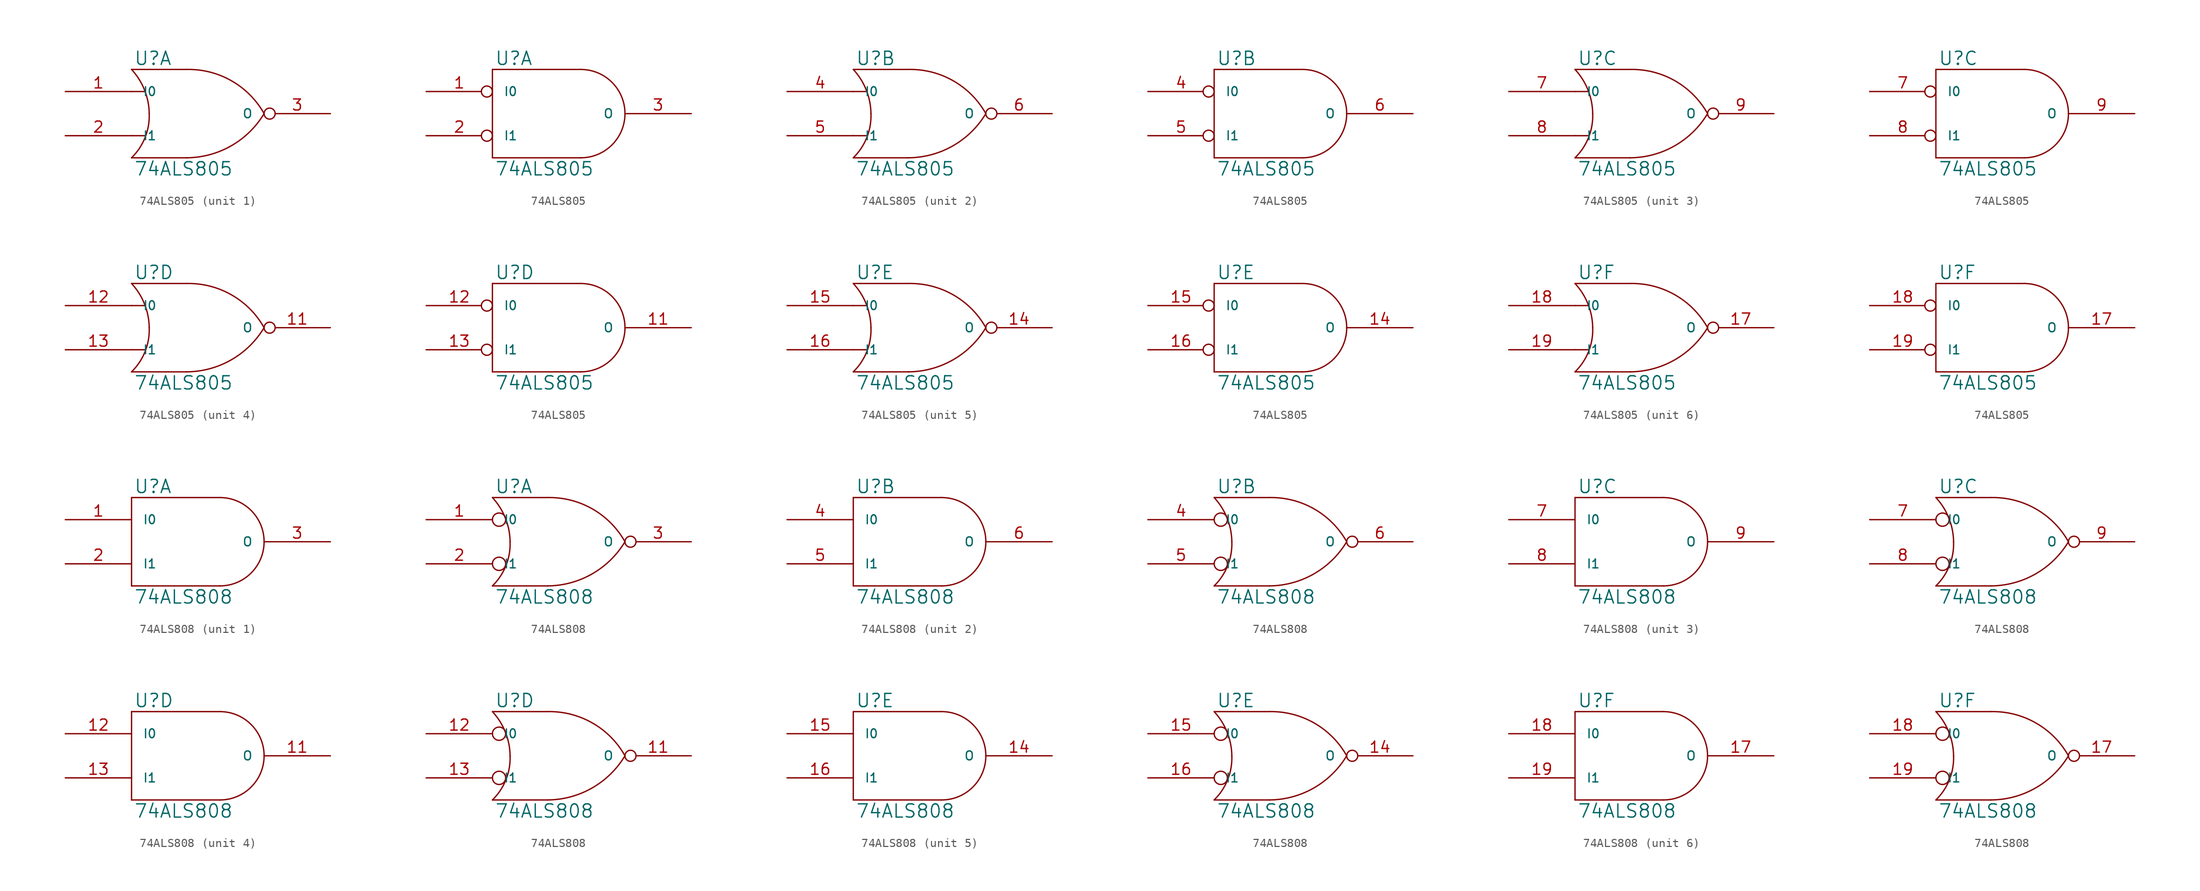
<source format=kicad_sym>
(kicad_symbol_lib
  (version 20231120)
  (generator "kicad_symbol_editor")
  (generator_version "8.0")
  (symbol "74ALS805"
    (pin_names
      (offset 1.27))
    (property "Reference" "U"
      (at 0.254 0.381 0)
      (effects (font (size 1.524 1.524)) (justify left bottom)))
    (property "Value" "74ALS805"
      (at 0.254 -10.541 0)
      (effects (font (size 1.524 1.524)) (justify left top)))
    (symbol "74ALS805_0_1"
      (arc (start 0 -10.16) (mid 1.5573 -7.8293) (end 2.032 -5.08) (stroke (width 0) (type solid)) (fill (type none)))
      (polyline (pts (xy 0 -7.62) (xy 1.524 -7.62)) (stroke (width 0) (type solid)) (fill (type none)))
      (polyline (pts (xy 0 -2.54) (xy 1.524 -2.54)) (stroke (width 0) (type solid)) (fill (type none)))
      (polyline (pts (xy 6.35 -10.16) (xy 0 -10.16)) (stroke (width 0) (type solid)) (fill (type none)))
      (polyline (pts (xy 6.35 0) (xy 0 0)) (stroke (width 0) (type solid)) (fill (type none)))
      (arc (start 2.032 -5.08) (mid 1.4906 -2.3584) (end 0 0) (stroke (width 0) (type solid)) (fill (type none)))
      (arc (start 6.35 -10.16) (mid 11.4496 -8.7875) (end 15.24 -5.08) (stroke (width 0) (type solid)) (fill (type none)))
      (arc (start 15.24 -5.08) (mid 11.4893 -1.3041) (end 6.35 0) (stroke (width 0) (type solid)) (fill (type none))))
    (symbol "74ALS805_0_2"
      (polyline (pts (xy 0 -10.16) (xy 10.16 -10.16)) (stroke (width 0) (type solid)) (fill (type none)))
      (polyline (pts (xy 0 0) (xy 0 -10.16)) (stroke (width 0) (type solid)) (fill (type none)))
      (polyline (pts (xy 10.16 0) (xy 0 0)) (stroke (width 0) (type solid)) (fill (type none)))
      (arc (start 10.16 -10.16) (mid 13.7521 -8.6721) (end 15.24 -5.08) (stroke (width 0) (type solid)) (fill (type none)))
      (arc (start 15.24 -5.08) (mid 13.7521 -1.4879) (end 10.16 0) (stroke (width 0) (type solid)) (fill (type none))))
    (symbol "74ALS805_1_1"
      (pin input line (at -7.62 -2.54 0) (length 7.62) (name "I0" (effects (font (size 1.016 1.016)))) (number "1" (effects (font (size 1.27 1.27)))))
      (pin power_in line (at 0 -10.16 90) (length 0) hide (name "GND" (effects (font (size 1.016 1.016)))) (number "10" (effects (font (size 1.27 1.27)))))
      (pin input line (at -7.62 -7.62 0) (length 7.62) (name "I1" (effects (font (size 1.016 1.016)))) (number "2" (effects (font (size 1.27 1.27)))))
      (pin power_in line (at 0 0 270) (length 0) hide (name "VCC" (effects (font (size 1.016 1.016)))) (number "20" (effects (font (size 1.27 1.27)))))
      (pin output inverted (at 22.86 -5.08 180) (length 7.62) (name "O" (effects (font (size 1.016 1.016)))) (number "3" (effects (font (size 1.27 1.27))))))
    (symbol "74ALS805_1_2"
      (pin input inverted (at -7.62 -2.54 0) (length 7.62) (name "I0" (effects (font (size 1.016 1.016)))) (number "1" (effects (font (size 1.27 1.27)))))
      (pin power_in line (at 0 -10.16 90) (length 0) hide (name "GND" (effects (font (size 1.016 1.016)))) (number "10" (effects (font (size 1.27 1.27)))))
      (pin input inverted (at -7.62 -7.62 0) (length 7.62) (name "I1" (effects (font (size 1.016 1.016)))) (number "2" (effects (font (size 1.27 1.27)))))
      (pin power_in line (at 0 0 270) (length 0) hide (name "VCC" (effects (font (size 1.016 1.016)))) (number "20" (effects (font (size 1.27 1.27)))))
      (pin output line (at 22.86 -5.08 180) (length 7.62) (name "O" (effects (font (size 1.016 1.016)))) (number "3" (effects (font (size 1.27 1.27))))))
    (symbol "74ALS805_2_1"
      (pin power_in line (at 0 -10.16 90) (length 0) hide (name "GND" (effects (font (size 1.016 1.016)))) (number "10" (effects (font (size 1.27 1.27)))))
      (pin power_in line (at 0 0 270) (length 0) hide (name "VCC" (effects (font (size 1.016 1.016)))) (number "20" (effects (font (size 1.27 1.27)))))
      (pin input line (at -7.62 -2.54 0) (length 7.62) (name "I0" (effects (font (size 1.016 1.016)))) (number "4" (effects (font (size 1.27 1.27)))))
      (pin input line (at -7.62 -7.62 0) (length 7.62) (name "I1" (effects (font (size 1.016 1.016)))) (number "5" (effects (font (size 1.27 1.27)))))
      (pin output inverted (at 22.86 -5.08 180) (length 7.62) (name "O" (effects (font (size 1.016 1.016)))) (number "6" (effects (font (size 1.27 1.27))))))
    (symbol "74ALS805_2_2"
      (pin power_in line (at 0 -10.16 90) (length 0) hide (name "GND" (effects (font (size 1.016 1.016)))) (number "10" (effects (font (size 1.27 1.27)))))
      (pin power_in line (at 0 0 270) (length 0) hide (name "VCC" (effects (font (size 1.016 1.016)))) (number "20" (effects (font (size 1.27 1.27)))))
      (pin input inverted (at -7.62 -2.54 0) (length 7.62) (name "I0" (effects (font (size 1.016 1.016)))) (number "4" (effects (font (size 1.27 1.27)))))
      (pin input inverted (at -7.62 -7.62 0) (length 7.62) (name "I1" (effects (font (size 1.016 1.016)))) (number "5" (effects (font (size 1.27 1.27)))))
      (pin output line (at 22.86 -5.08 180) (length 7.62) (name "O" (effects (font (size 1.016 1.016)))) (number "6" (effects (font (size 1.27 1.27))))))
    (symbol "74ALS805_3_1"
      (pin power_in line (at 0 -10.16 90) (length 0) hide (name "GND" (effects (font (size 1.016 1.016)))) (number "10" (effects (font (size 1.27 1.27)))))
      (pin power_in line (at 0 0 270) (length 0) hide (name "VCC" (effects (font (size 1.016 1.016)))) (number "20" (effects (font (size 1.27 1.27)))))
      (pin input line (at -7.62 -2.54 0) (length 7.62) (name "I0" (effects (font (size 1.016 1.016)))) (number "7" (effects (font (size 1.27 1.27)))))
      (pin input line (at -7.62 -7.62 0) (length 7.62) (name "I1" (effects (font (size 1.016 1.016)))) (number "8" (effects (font (size 1.27 1.27)))))
      (pin output inverted (at 22.86 -5.08 180) (length 7.62) (name "O" (effects (font (size 1.016 1.016)))) (number "9" (effects (font (size 1.27 1.27))))))
    (symbol "74ALS805_3_2"
      (pin power_in line (at 0 -10.16 90) (length 0) hide (name "GND" (effects (font (size 1.016 1.016)))) (number "10" (effects (font (size 1.27 1.27)))))
      (pin power_in line (at 0 0 270) (length 0) hide (name "VCC" (effects (font (size 1.016 1.016)))) (number "20" (effects (font (size 1.27 1.27)))))
      (pin input inverted (at -7.62 -2.54 0) (length 7.62) (name "I0" (effects (font (size 1.016 1.016)))) (number "7" (effects (font (size 1.27 1.27)))))
      (pin input inverted (at -7.62 -7.62 0) (length 7.62) (name "I1" (effects (font (size 1.016 1.016)))) (number "8" (effects (font (size 1.27 1.27)))))
      (pin output line (at 22.86 -5.08 180) (length 7.62) (name "O" (effects (font (size 1.016 1.016)))) (number "9" (effects (font (size 1.27 1.27))))))
    (symbol "74ALS805_4_1"
      (pin power_in line (at 0 -10.16 90) (length 0) hide (name "GND" (effects (font (size 1.016 1.016)))) (number "10" (effects (font (size 1.27 1.27)))))
      (pin output inverted (at 22.86 -5.08 180) (length 7.62) (name "O" (effects (font (size 1.016 1.016)))) (number "11" (effects (font (size 1.27 1.27)))))
      (pin input line (at -7.62 -2.54 0) (length 7.62) (name "I0" (effects (font (size 1.016 1.016)))) (number "12" (effects (font (size 1.27 1.27)))))
      (pin input line (at -7.62 -7.62 0) (length 7.62) (name "I1" (effects (font (size 1.016 1.016)))) (number "13" (effects (font (size 1.27 1.27)))))
      (pin power_in line (at 0 0 270) (length 0) hide (name "VCC" (effects (font (size 1.016 1.016)))) (number "20" (effects (font (size 1.27 1.27))))))
    (symbol "74ALS805_4_2"
      (pin power_in line (at 0 -10.16 90) (length 0) hide (name "GND" (effects (font (size 1.016 1.016)))) (number "10" (effects (font (size 1.27 1.27)))))
      (pin output line (at 22.86 -5.08 180) (length 7.62) (name "O" (effects (font (size 1.016 1.016)))) (number "11" (effects (font (size 1.27 1.27)))))
      (pin input inverted (at -7.62 -2.54 0) (length 7.62) (name "I0" (effects (font (size 1.016 1.016)))) (number "12" (effects (font (size 1.27 1.27)))))
      (pin input inverted (at -7.62 -7.62 0) (length 7.62) (name "I1" (effects (font (size 1.016 1.016)))) (number "13" (effects (font (size 1.27 1.27)))))
      (pin power_in line (at 0 0 270) (length 0) hide (name "VCC" (effects (font (size 1.016 1.016)))) (number "20" (effects (font (size 1.27 1.27))))))
    (symbol "74ALS805_5_1"
      (pin power_in line (at 0 -10.16 90) (length 0) hide (name "GND" (effects (font (size 1.016 1.016)))) (number "10" (effects (font (size 1.27 1.27)))))
      (pin output inverted (at 22.86 -5.08 180) (length 7.62) (name "O" (effects (font (size 1.016 1.016)))) (number "14" (effects (font (size 1.27 1.27)))))
      (pin input line (at -7.62 -2.54 0) (length 7.62) (name "I0" (effects (font (size 1.016 1.016)))) (number "15" (effects (font (size 1.27 1.27)))))
      (pin input line (at -7.62 -7.62 0) (length 7.62) (name "I1" (effects (font (size 1.016 1.016)))) (number "16" (effects (font (size 1.27 1.27)))))
      (pin power_in line (at 0 0 270) (length 0) hide (name "VCC" (effects (font (size 1.016 1.016)))) (number "20" (effects (font (size 1.27 1.27))))))
    (symbol "74ALS805_5_2"
      (pin power_in line (at 0 -10.16 90) (length 0) hide (name "GND" (effects (font (size 1.016 1.016)))) (number "10" (effects (font (size 1.27 1.27)))))
      (pin output line (at 22.86 -5.08 180) (length 7.62) (name "O" (effects (font (size 1.016 1.016)))) (number "14" (effects (font (size 1.27 1.27)))))
      (pin input inverted (at -7.62 -2.54 0) (length 7.62) (name "I0" (effects (font (size 1.016 1.016)))) (number "15" (effects (font (size 1.27 1.27)))))
      (pin input inverted (at -7.62 -7.62 0) (length 7.62) (name "I1" (effects (font (size 1.016 1.016)))) (number "16" (effects (font (size 1.27 1.27)))))
      (pin power_in line (at 0 0 270) (length 0) hide (name "VCC" (effects (font (size 1.016 1.016)))) (number "20" (effects (font (size 1.27 1.27))))))
    (symbol "74ALS805_6_1"
      (pin power_in line (at 0 -10.16 90) (length 0) hide (name "GND" (effects (font (size 1.016 1.016)))) (number "10" (effects (font (size 1.27 1.27)))))
      (pin output inverted (at 22.86 -5.08 180) (length 7.62) (name "O" (effects (font (size 1.016 1.016)))) (number "17" (effects (font (size 1.27 1.27)))))
      (pin input line (at -7.62 -2.54 0) (length 7.62) (name "I0" (effects (font (size 1.016 1.016)))) (number "18" (effects (font (size 1.27 1.27)))))
      (pin input line (at -7.62 -7.62 0) (length 7.62) (name "I1" (effects (font (size 1.016 1.016)))) (number "19" (effects (font (size 1.27 1.27)))))
      (pin power_in line (at 0 0 270) (length 0) hide (name "VCC" (effects (font (size 1.016 1.016)))) (number "20" (effects (font (size 1.27 1.27))))))
    (symbol "74ALS805_6_2"
      (pin power_in line (at 0 -10.16 90) (length 0) hide (name "GND" (effects (font (size 1.016 1.016)))) (number "10" (effects (font (size 1.27 1.27)))))
      (pin output line (at 22.86 -5.08 180) (length 7.62) (name "O" (effects (font (size 1.016 1.016)))) (number "17" (effects (font (size 1.27 1.27)))))
      (pin input inverted (at -7.62 -2.54 0) (length 7.62) (name "I0" (effects (font (size 1.016 1.016)))) (number "18" (effects (font (size 1.27 1.27)))))
      (pin input inverted (at -7.62 -7.62 0) (length 7.62) (name "I1" (effects (font (size 1.016 1.016)))) (number "19" (effects (font (size 1.27 1.27)))))
      (pin power_in line (at 0 0 270) (length 0) hide (name "VCC" (effects (font (size 1.016 1.016)))) (number "20" (effects (font (size 1.27 1.27)))))))
  (symbol "74ALS808"
    (pin_names
      (offset 1.27))
    (property "Reference" "U"
      (at 0.254 0.381 0)
      (effects (font (size 1.524 1.524)) (justify left bottom)))
    (property "Value" "74ALS808"
      (at 0.254 -10.541 0)
      (effects (font (size 1.524 1.524)) (justify left top)))
    (symbol "74ALS808_0_1"
      (polyline (pts (xy 0 -10.16) (xy 10.16 -10.16)) (stroke (width 0) (type solid)) (fill (type none)))
      (polyline (pts (xy 0 0) (xy 0 -10.16)) (stroke (width 0) (type solid)) (fill (type none)))
      (polyline (pts (xy 10.16 0) (xy 0 0)) (stroke (width 0) (type solid)) (fill (type none)))
      (arc (start 10.16 -10.16) (mid 13.7521 -8.6721) (end 15.24 -5.08) (stroke (width 0) (type solid)) (fill (type none)))
      (arc (start 15.24 -5.08) (mid 13.7521 -1.4879) (end 10.16 0) (stroke (width 0) (type solid)) (fill (type none))))
    (symbol "74ALS808_0_2"
      (arc (start 0 -10.16) (mid 1.5573 -7.8293) (end 2.032 -5.08) (stroke (width 0) (type solid)) (fill (type none)))
      (polyline (pts (xy 6.35 -10.16) (xy 0 -10.16)) (stroke (width 0) (type solid)) (fill (type none)))
      (polyline (pts (xy 6.35 0) (xy 0 0)) (stroke (width 0) (type solid)) (fill (type none)))
      (circle (center 0.762 -7.62) (radius 0.762) (stroke (width 0) (type solid)) (fill (type none)))
      (circle (center 0.762 -2.54) (radius 0.762) (stroke (width 0) (type solid)) (fill (type none)))
      (arc (start 2.032 -5.08) (mid 1.4906 -2.3584) (end 0 0) (stroke (width 0) (type solid)) (fill (type none)))
      (arc (start 6.35 -10.16) (mid 11.4496 -8.7875) (end 15.24 -5.08) (stroke (width 0) (type solid)) (fill (type none)))
      (arc (start 15.24 -5.08) (mid 11.4893 -1.3041) (end 6.35 0) (stroke (width 0) (type solid)) (fill (type none))))
    (symbol "74ALS808_1_1"
      (pin input line (at -7.62 -2.54 0) (length 7.62) (name "I0" (effects (font (size 1.016 1.016)))) (number "1" (effects (font (size 1.27 1.27)))))
      (pin power_in line (at 0 -10.16 90) (length 0) hide (name "GND" (effects (font (size 1.016 1.016)))) (number "10" (effects (font (size 1.27 1.27)))))
      (pin input line (at -7.62 -7.62 0) (length 7.62) (name "I1" (effects (font (size 1.016 1.016)))) (number "2" (effects (font (size 1.27 1.27)))))
      (pin power_in line (at 0 0 270) (length 0) hide (name "VCC" (effects (font (size 1.016 1.016)))) (number "20" (effects (font (size 1.27 1.27)))))
      (pin output line (at 22.86 -5.08 180) (length 7.62) (name "O" (effects (font (size 1.016 1.016)))) (number "3" (effects (font (size 1.27 1.27))))))
    (symbol "74ALS808_1_2"
      (pin input line (at -7.62 -2.54 0) (length 7.62) (name "I0" (effects (font (size 1.016 1.016)))) (number "1" (effects (font (size 1.27 1.27)))))
      (pin power_in line (at 0 -10.16 90) (length 0) hide (name "GND" (effects (font (size 1.016 1.016)))) (number "10" (effects (font (size 1.27 1.27)))))
      (pin input line (at -7.62 -7.62 0) (length 7.62) (name "I1" (effects (font (size 1.016 1.016)))) (number "2" (effects (font (size 1.27 1.27)))))
      (pin power_in line (at 0 0 270) (length 0) hide (name "VCC" (effects (font (size 1.016 1.016)))) (number "20" (effects (font (size 1.27 1.27)))))
      (pin output inverted (at 22.86 -5.08 180) (length 7.62) (name "O" (effects (font (size 1.016 1.016)))) (number "3" (effects (font (size 1.27 1.27))))))
    (symbol "74ALS808_2_1"
      (pin power_in line (at 0 -10.16 90) (length 0) hide (name "GND" (effects (font (size 1.016 1.016)))) (number "10" (effects (font (size 1.27 1.27)))))
      (pin power_in line (at 0 0 270) (length 0) hide (name "VCC" (effects (font (size 1.016 1.016)))) (number "20" (effects (font (size 1.27 1.27)))))
      (pin input line (at -7.62 -2.54 0) (length 7.62) (name "I0" (effects (font (size 1.016 1.016)))) (number "4" (effects (font (size 1.27 1.27)))))
      (pin input line (at -7.62 -7.62 0) (length 7.62) (name "I1" (effects (font (size 1.016 1.016)))) (number "5" (effects (font (size 1.27 1.27)))))
      (pin output line (at 22.86 -5.08 180) (length 7.62) (name "O" (effects (font (size 1.016 1.016)))) (number "6" (effects (font (size 1.27 1.27))))))
    (symbol "74ALS808_2_2"
      (pin power_in line (at 0 -10.16 90) (length 0) hide (name "GND" (effects (font (size 1.016 1.016)))) (number "10" (effects (font (size 1.27 1.27)))))
      (pin power_in line (at 0 0 270) (length 0) hide (name "VCC" (effects (font (size 1.016 1.016)))) (number "20" (effects (font (size 1.27 1.27)))))
      (pin input line (at -7.62 -2.54 0) (length 7.62) (name "I0" (effects (font (size 1.016 1.016)))) (number "4" (effects (font (size 1.27 1.27)))))
      (pin input line (at -7.62 -7.62 0) (length 7.62) (name "I1" (effects (font (size 1.016 1.016)))) (number "5" (effects (font (size 1.27 1.27)))))
      (pin output inverted (at 22.86 -5.08 180) (length 7.62) (name "O" (effects (font (size 1.016 1.016)))) (number "6" (effects (font (size 1.27 1.27))))))
    (symbol "74ALS808_3_1"
      (pin power_in line (at 0 -10.16 90) (length 0) hide (name "GND" (effects (font (size 1.016 1.016)))) (number "10" (effects (font (size 1.27 1.27)))))
      (pin power_in line (at 0 0 270) (length 0) hide (name "VCC" (effects (font (size 1.016 1.016)))) (number "20" (effects (font (size 1.27 1.27)))))
      (pin input line (at -7.62 -2.54 0) (length 7.62) (name "I0" (effects (font (size 1.016 1.016)))) (number "7" (effects (font (size 1.27 1.27)))))
      (pin input line (at -7.62 -7.62 0) (length 7.62) (name "I1" (effects (font (size 1.016 1.016)))) (number "8" (effects (font (size 1.27 1.27)))))
      (pin output line (at 22.86 -5.08 180) (length 7.62) (name "O" (effects (font (size 1.016 1.016)))) (number "9" (effects (font (size 1.27 1.27))))))
    (symbol "74ALS808_3_2"
      (pin power_in line (at 0 -10.16 90) (length 0) hide (name "GND" (effects (font (size 1.016 1.016)))) (number "10" (effects (font (size 1.27 1.27)))))
      (pin power_in line (at 0 0 270) (length 0) hide (name "VCC" (effects (font (size 1.016 1.016)))) (number "20" (effects (font (size 1.27 1.27)))))
      (pin input line (at -7.62 -2.54 0) (length 7.62) (name "I0" (effects (font (size 1.016 1.016)))) (number "7" (effects (font (size 1.27 1.27)))))
      (pin input line (at -7.62 -7.62 0) (length 7.62) (name "I1" (effects (font (size 1.016 1.016)))) (number "8" (effects (font (size 1.27 1.27)))))
      (pin output inverted (at 22.86 -5.08 180) (length 7.62) (name "O" (effects (font (size 1.016 1.016)))) (number "9" (effects (font (size 1.27 1.27))))))
    (symbol "74ALS808_4_1"
      (pin power_in line (at 0 -10.16 90) (length 0) hide (name "GND" (effects (font (size 1.016 1.016)))) (number "10" (effects (font (size 1.27 1.27)))))
      (pin output line (at 22.86 -5.08 180) (length 7.62) (name "O" (effects (font (size 1.016 1.016)))) (number "11" (effects (font (size 1.27 1.27)))))
      (pin input line (at -7.62 -2.54 0) (length 7.62) (name "I0" (effects (font (size 1.016 1.016)))) (number "12" (effects (font (size 1.27 1.27)))))
      (pin input line (at -7.62 -7.62 0) (length 7.62) (name "I1" (effects (font (size 1.016 1.016)))) (number "13" (effects (font (size 1.27 1.27)))))
      (pin power_in line (at 0 0 270) (length 0) hide (name "VCC" (effects (font (size 1.016 1.016)))) (number "20" (effects (font (size 1.27 1.27))))))
    (symbol "74ALS808_4_2"
      (pin power_in line (at 0 -10.16 90) (length 0) hide (name "GND" (effects (font (size 1.016 1.016)))) (number "10" (effects (font (size 1.27 1.27)))))
      (pin output inverted (at 22.86 -5.08 180) (length 7.62) (name "O" (effects (font (size 1.016 1.016)))) (number "11" (effects (font (size 1.27 1.27)))))
      (pin input line (at -7.62 -2.54 0) (length 7.62) (name "I0" (effects (font (size 1.016 1.016)))) (number "12" (effects (font (size 1.27 1.27)))))
      (pin input line (at -7.62 -7.62 0) (length 7.62) (name "I1" (effects (font (size 1.016 1.016)))) (number "13" (effects (font (size 1.27 1.27)))))
      (pin power_in line (at 0 0 270) (length 0) hide (name "VCC" (effects (font (size 1.016 1.016)))) (number "20" (effects (font (size 1.27 1.27))))))
    (symbol "74ALS808_5_1"
      (pin power_in line (at 0 -10.16 90) (length 0) hide (name "GND" (effects (font (size 1.016 1.016)))) (number "10" (effects (font (size 1.27 1.27)))))
      (pin output line (at 22.86 -5.08 180) (length 7.62) (name "O" (effects (font (size 1.016 1.016)))) (number "14" (effects (font (size 1.27 1.27)))))
      (pin input line (at -7.62 -2.54 0) (length 7.62) (name "I0" (effects (font (size 1.016 1.016)))) (number "15" (effects (font (size 1.27 1.27)))))
      (pin input line (at -7.62 -7.62 0) (length 7.62) (name "I1" (effects (font (size 1.016 1.016)))) (number "16" (effects (font (size 1.27 1.27)))))
      (pin power_in line (at 0 0 270) (length 0) hide (name "VCC" (effects (font (size 1.016 1.016)))) (number "20" (effects (font (size 1.27 1.27))))))
    (symbol "74ALS808_5_2"
      (pin power_in line (at 0 -10.16 90) (length 0) hide (name "GND" (effects (font (size 1.016 1.016)))) (number "10" (effects (font (size 1.27 1.27)))))
      (pin output inverted (at 22.86 -5.08 180) (length 7.62) (name "O" (effects (font (size 1.016 1.016)))) (number "14" (effects (font (size 1.27 1.27)))))
      (pin input line (at -7.62 -2.54 0) (length 7.62) (name "I0" (effects (font (size 1.016 1.016)))) (number "15" (effects (font (size 1.27 1.27)))))
      (pin input line (at -7.62 -7.62 0) (length 7.62) (name "I1" (effects (font (size 1.016 1.016)))) (number "16" (effects (font (size 1.27 1.27)))))
      (pin power_in line (at 0 0 270) (length 0) hide (name "VCC" (effects (font (size 1.016 1.016)))) (number "20" (effects (font (size 1.27 1.27))))))
    (symbol "74ALS808_6_1"
      (pin power_in line (at 0 -10.16 90) (length 0) hide (name "GND" (effects (font (size 1.016 1.016)))) (number "10" (effects (font (size 1.27 1.27)))))
      (pin output line (at 22.86 -5.08 180) (length 7.62) (name "O" (effects (font (size 1.016 1.016)))) (number "17" (effects (font (size 1.27 1.27)))))
      (pin input line (at -7.62 -2.54 0) (length 7.62) (name "I0" (effects (font (size 1.016 1.016)))) (number "18" (effects (font (size 1.27 1.27)))))
      (pin input line (at -7.62 -7.62 0) (length 7.62) (name "I1" (effects (font (size 1.016 1.016)))) (number "19" (effects (font (size 1.27 1.27)))))
      (pin power_in line (at 0 0 270) (length 0) hide (name "VCC" (effects (font (size 1.016 1.016)))) (number "20" (effects (font (size 1.27 1.27))))))
    (symbol "74ALS808_6_2"
      (pin power_in line (at 0 -10.16 90) (length 0) hide (name "GND" (effects (font (size 1.016 1.016)))) (number "10" (effects (font (size 1.27 1.27)))))
      (pin output inverted (at 22.86 -5.08 180) (length 7.62) (name "O" (effects (font (size 1.016 1.016)))) (number "17" (effects (font (size 1.27 1.27)))))
      (pin input line (at -7.62 -2.54 0) (length 7.62) (name "I0" (effects (font (size 1.016 1.016)))) (number "18" (effects (font (size 1.27 1.27)))))
      (pin input line (at -7.62 -7.62 0) (length 7.62) (name "I1" (effects (font (size 1.016 1.016)))) (number "19" (effects (font (size 1.27 1.27)))))
      (pin power_in line (at 0 0 270) (length 0) hide (name "VCC" (effects (font (size 1.016 1.016)))) (number "20" (effects (font (size 1.27 1.27))))))))
</source>
